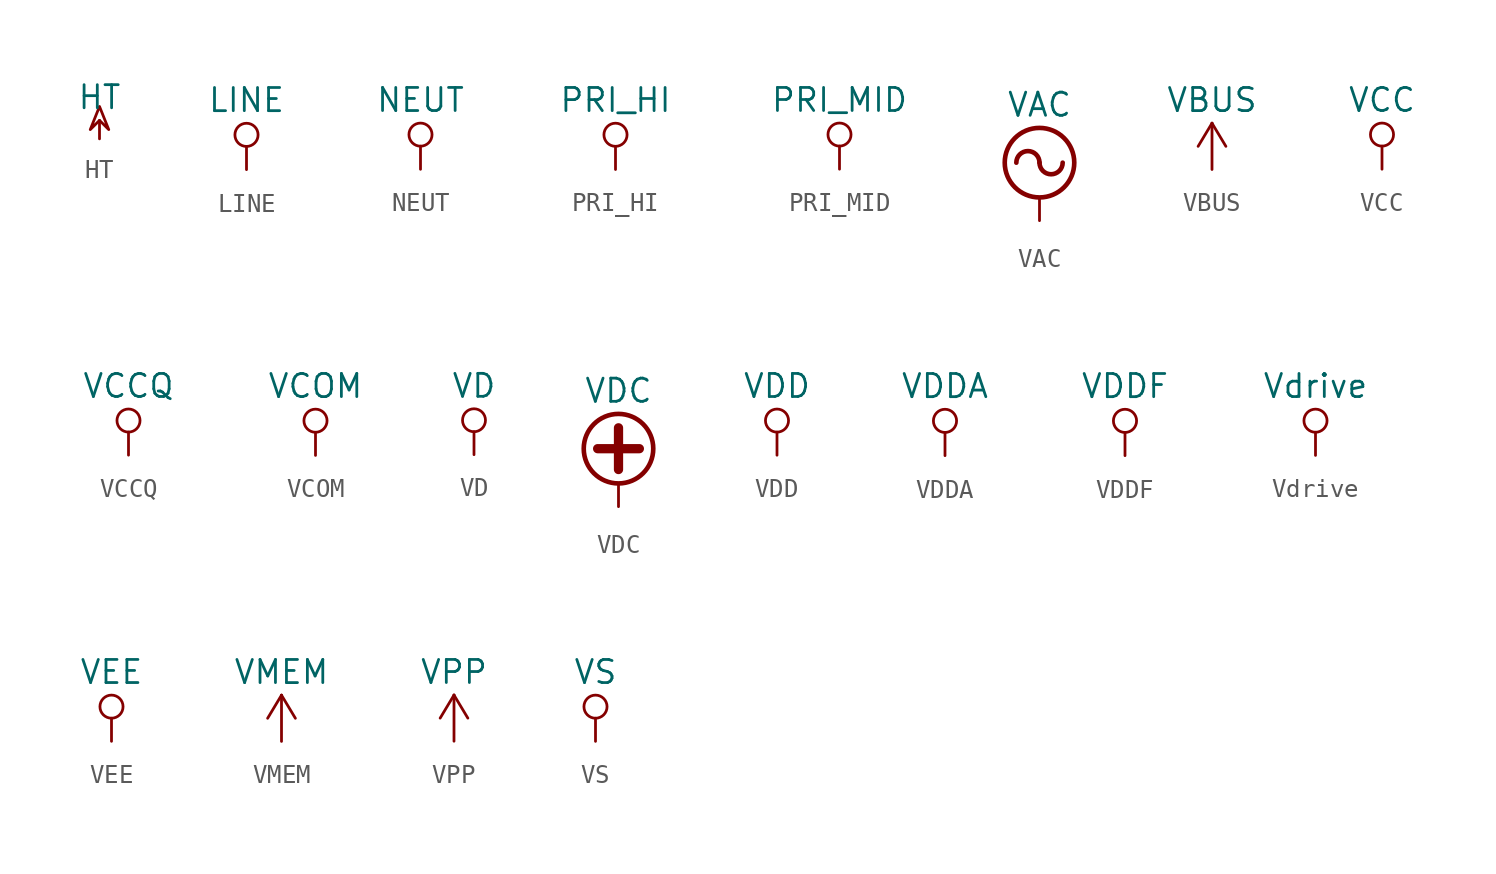
<source format=kicad_sym>
(kicad_symbol_lib
  (version 20201005)
  (generator kicad_symbol_editor)
  (symbol "HT"
    (power)
    (pin_names
      (offset 0))
    (property "Reference" "#PWR"
      (at 0 3.048 0)
      (effects (font (size 1.27 1.27)) hide))
    (property "Value" "HT"
      (at 0 2.286 0)
      (effects (font (size 1.27 1.27))))
    (symbol "HT_0_0"
      (pin power_in line (at 0 0 90) (length 0) hide (name "HT" (effects (font (size 1.27 1.27)))) (number "1" (effects (font (size 1.27 1.27))))))
    (symbol "HT_0_1"
      (polyline (pts (xy 0 0) (xy 0 1.016) (xy 0 1.016)) (stroke (width 0)) (fill (type none)))
      (polyline (pts (xy 0 1.016) (xy 0.508 0.508) (xy 0 1.778) (xy -0.508 0.508) (xy 0 1.016) (xy 0 1.016)) (stroke (width 0)) (fill (type none)))))
  (symbol "LINE"
    (power)
    (pin_names
      (offset 0))
    (property "Reference" "#PWR"
      (at 0 -3.81 0)
      (effects (font (size 1.27 1.27)) hide))
    (property "Value" "LINE"
      (at 0 3.81 0)
      (effects (font (size 1.27 1.27))))
    (symbol "LINE_0_1"
      (circle (center 0 1.905) (radius 0.635) (stroke (width 0)) (fill (type none)))
      (polyline (pts (xy 0 0) (xy 0 1.27)) (stroke (width 0)) (fill (type none))))
    (symbol "LINE_1_1"
      (pin power_in line (at 0 0 90) (length 0) hide (name "LINE" (effects (font (size 1.27 1.27)))) (number "1" (effects (font (size 1.27 1.27)))))))
  (symbol "NEUT"
    (power)
    (pin_names
      (offset 0))
    (property "Reference" "#PWR"
      (at 0 -3.81 0)
      (effects (font (size 1.27 1.27)) hide))
    (property "Value" "NEUT"
      (at 0 3.81 0)
      (effects (font (size 1.27 1.27))))
    (symbol "NEUT_0_1"
      (circle (center 0 1.905) (radius 0.635) (stroke (width 0)) (fill (type none)))
      (polyline (pts (xy 0 0) (xy 0 1.27)) (stroke (width 0)) (fill (type none))))
    (symbol "NEUT_1_1"
      (pin power_in line (at 0 0 90) (length 0) hide (name "NEUT" (effects (font (size 1.27 1.27)))) (number "1" (effects (font (size 1.27 1.27)))))))
  (symbol "PRI_HI"
    (power)
    (pin_names
      (offset 0))
    (property "Reference" "#PWR"
      (at 0 -3.81 0)
      (effects (font (size 1.27 1.27)) hide))
    (property "Value" "PRI_HI"
      (at 0 3.81 0)
      (effects (font (size 1.27 1.27))))
    (symbol "PRI_HI_0_1"
      (circle (center 0 1.905) (radius 0.635) (stroke (width 0)) (fill (type none)))
      (polyline (pts (xy 0 0) (xy 0 1.27)) (stroke (width 0)) (fill (type none))))
    (symbol "PRI_HI_1_1"
      (pin power_in line (at 0 0 90) (length 0) hide (name "PRI_HI" (effects (font (size 1.27 1.27)))) (number "1" (effects (font (size 1.27 1.27)))))))
  (symbol "PRI_MID"
    (power)
    (pin_names
      (offset 0))
    (property "Reference" "#PWR"
      (at 0 -3.81 0)
      (effects (font (size 1.27 1.27)) hide))
    (property "Value" "PRI_MID"
      (at 0 3.81 0)
      (effects (font (size 1.27 1.27))))
    (symbol "PRI_MID_0_1"
      (circle (center 0 1.905) (radius 0.635) (stroke (width 0)) (fill (type none)))
      (polyline (pts (xy 0 0) (xy 0 1.27)) (stroke (width 0)) (fill (type none))))
    (symbol "PRI_MID_1_1"
      (pin power_in line (at 0 0 90) (length 0) hide (name "PRI_MID" (effects (font (size 1.27 1.27)))) (number "1" (effects (font (size 1.27 1.27)))))))
  (symbol "VAC"
    (power)
    (pin_names
      (offset 0))
    (property "Reference" "#PWR"
      (at 0 -2.54 0)
      (effects (font (size 1.27 1.27)) hide))
    (property "Value" "VAC"
      (at 0 6.35 0)
      (effects (font (size 1.27 1.27))))
    (symbol "VAC_0_1"
      (arc (start 0 3.175) (end -1.27 3.175) (radius (at -0.635 3.175) (length 0.635) (angles 0.1 179.9)) (stroke (width 0.254)) (fill (type none)))
      (arc (start 0 3.175) (end 1.27 3.175) (radius (at 0.635 3.175) (length 0.635) (angles -179.9 -0.1)) (stroke (width 0.254)) (fill (type none)))
      (circle (center 0 3.175) (radius 1.905) (stroke (width 0.254)) (fill (type none)))
      (polyline (pts (xy 0 0) (xy 0 1.27)) (stroke (width 0)) (fill (type none))))
    (symbol "VAC_1_1"
      (pin power_in line (at 0 0 90) (length 0) hide (name "VAC" (effects (font (size 1.27 1.27)))) (number "1" (effects (font (size 1.27 1.27)))))))
  (symbol "VBUS"
    (power)
    (pin_names
      (offset 0))
    (property "Reference" "#PWR"
      (at 0 -3.81 0)
      (effects (font (size 1.27 1.27)) hide))
    (property "Value" "VBUS"
      (at 0 3.81 0)
      (effects (font (size 1.27 1.27))))
    (symbol "VBUS_0_1"
      (polyline (pts (xy -0.762 1.27) (xy 0 2.54)) (stroke (width 0)) (fill (type none)))
      (polyline (pts (xy 0 0) (xy 0 2.54)) (stroke (width 0)) (fill (type none)))
      (polyline (pts (xy 0 2.54) (xy 0.762 1.27)) (stroke (width 0)) (fill (type none))))
    (symbol "VBUS_1_1"
      (pin power_in line (at 0 0 90) (length 0) hide (name "VBUS" (effects (font (size 1.27 1.27)))) (number "1" (effects (font (size 1.27 1.27)))))))
  (symbol "VCC"
    (power)
    (pin_names
      (offset 0))
    (property "Reference" "#PWR"
      (at 0 -3.81 0)
      (effects (font (size 1.27 1.27)) hide))
    (property "Value" "VCC"
      (at 0 3.81 0)
      (effects (font (size 1.27 1.27))))
    (symbol "VCC_0_1"
      (circle (center 0 1.905) (radius 0.635) (stroke (width 0)) (fill (type none)))
      (polyline (pts (xy 0 0) (xy 0 1.27)) (stroke (width 0)) (fill (type none))))
    (symbol "VCC_1_1"
      (pin power_in line (at 0 0 90) (length 0) hide (name "VCC" (effects (font (size 1.27 1.27)))) (number "1" (effects (font (size 1.27 1.27)))))))
  (symbol "VCCQ"
    (power)
    (pin_names
      (offset 0))
    (property "Reference" "#PWR"
      (at 0 -3.81 0)
      (effects (font (size 1.27 1.27)) hide))
    (property "Value" "VCCQ"
      (at 0 3.81 0)
      (effects (font (size 1.27 1.27))))
    (symbol "VCCQ_0_1"
      (circle (center 0 1.905) (radius 0.635) (stroke (width 0)) (fill (type none)))
      (polyline (pts (xy 0 0) (xy 0 1.27)) (stroke (width 0)) (fill (type none))))
    (symbol "VCCQ_1_1"
      (pin power_in line (at 0 0 90) (length 0) hide (name "VCCQ" (effects (font (size 1.27 1.27)))) (number "1" (effects (font (size 1.27 1.27)))))))
  (symbol "VCOM"
    (power)
    (pin_names
      (offset 0))
    (property "Reference" "#PWR"
      (at 0 -3.81 0)
      (effects (font (size 1.27 1.27)) hide))
    (property "Value" "VCOM"
      (at 0 3.81 0)
      (effects (font (size 1.27 1.27))))
    (symbol "VCOM_0_1"
      (circle (center 0 1.905) (radius 0.635) (stroke (width 0)) (fill (type none)))
      (polyline (pts (xy 0 0) (xy 0 1.27)) (stroke (width 0)) (fill (type none))))
    (symbol "VCOM_1_1"
      (pin power_in line (at 0 0 90) (length 0) hide (name "VCOM" (effects (font (size 1.27 1.27)))) (number "1" (effects (font (size 1.27 1.27)))))))
  (symbol "VD"
    (power)
    (pin_names
      (offset 0))
    (property "Reference" "#PWR"
      (at 0 -3.81 0)
      (effects (font (size 1.27 1.27)) hide))
    (property "Value" "VD"
      (at 0 3.81 0)
      (effects (font (size 1.27 1.27))))
    (symbol "VD_0_1"
      (circle (center 0 1.905) (radius 0.635) (stroke (width 0)) (fill (type none)))
      (polyline (pts (xy 0 0) (xy 0 1.27)) (stroke (width 0)) (fill (type none))))
    (symbol "VD_1_1"
      (pin power_in line (at 0 0 90) (length 0) hide (name "VD" (effects (font (size 1.27 1.27)))) (number "1" (effects (font (size 1.27 1.27)))))))
  (symbol "VDC"
    (power)
    (pin_names
      (offset 0))
    (property "Reference" "#PWR"
      (at 0 -2.54 0)
      (effects (font (size 1.27 1.27)) hide))
    (property "Value" "VDC"
      (at 0 6.35 0)
      (effects (font (size 1.27 1.27))))
    (symbol "VDC_0_1"
      (circle (center 0 3.175) (radius 1.905) (stroke (width 0.254)) (fill (type none)))
      (polyline (pts (xy -1.143 3.175) (xy 1.143 3.175)) (stroke (width 0.508)) (fill (type none)))
      (polyline (pts (xy 0 0) (xy 0 1.27)) (stroke (width 0)) (fill (type none)))
      (polyline (pts (xy 0 2.032) (xy 0 4.318)) (stroke (width 0.508)) (fill (type none))))
    (symbol "VDC_1_1"
      (pin power_in line (at 0 0 90) (length 0) hide (name "VDC" (effects (font (size 1.27 1.27)))) (number "1" (effects (font (size 1.27 1.27)))))))
  (symbol "VDD"
    (power)
    (pin_names
      (offset 0))
    (property "Reference" "#PWR"
      (at 0 -3.81 0)
      (effects (font (size 1.27 1.27)) hide))
    (property "Value" "VDD"
      (at 0 3.81 0)
      (effects (font (size 1.27 1.27))))
    (symbol "VDD_0_1"
      (circle (center 0 1.905) (radius 0.635) (stroke (width 0)) (fill (type none)))
      (polyline (pts (xy 0 0) (xy 0 1.27)) (stroke (width 0)) (fill (type none))))
    (symbol "VDD_1_1"
      (pin power_in line (at 0 0 90) (length 0) hide (name "VDD" (effects (font (size 1.27 1.27)))) (number "1" (effects (font (size 1.27 1.27)))))))
  (symbol "VDDA"
    (power)
    (pin_names
      (offset 0))
    (property "Reference" "#PWR"
      (at 0 -3.81 0)
      (effects (font (size 1.27 1.27)) hide))
    (property "Value" "VDDA"
      (at 0 3.81 0)
      (effects (font (size 1.27 1.27))))
    (symbol "VDDA_0_1"
      (circle (center 0 1.905) (radius 0.635) (stroke (width 0)) (fill (type none)))
      (polyline (pts (xy 0 0) (xy 0 1.27)) (stroke (width 0)) (fill (type none))))
    (symbol "VDDA_1_1"
      (pin power_in line (at 0 0 90) (length 0) hide (name "VDDA" (effects (font (size 1.27 1.27)))) (number "1" (effects (font (size 1.27 1.27)))))))
  (symbol "VDDF"
    (power)
    (pin_names
      (offset 0))
    (property "Reference" "#PWR"
      (at 0 -3.81 0)
      (effects (font (size 1.27 1.27)) hide))
    (property "Value" "VDDF"
      (at 0 3.81 0)
      (effects (font (size 1.27 1.27))))
    (symbol "VDDF_0_1"
      (circle (center 0 1.905) (radius 0.635) (stroke (width 0)) (fill (type none)))
      (polyline (pts (xy 0 0) (xy 0 1.27)) (stroke (width 0)) (fill (type none))))
    (symbol "VDDF_1_1"
      (pin power_in line (at 0 0 90) (length 0) hide (name "VDDF" (effects (font (size 1.27 1.27)))) (number "1" (effects (font (size 1.27 1.27)))))))
  (symbol "Vdrive"
    (power)
    (pin_names
      (offset 0))
    (property "Reference" "#PWR"
      (at -5.08 -3.81 0)
      (effects (font (size 1.27 1.27)) hide))
    (property "Value" "Vdrive"
      (at 0 3.81 0)
      (effects (font (size 1.27 1.27))))
    (symbol "Vdrive_0_1"
      (circle (center 0 1.905) (radius 0.635) (stroke (width 0)) (fill (type none)))
      (polyline (pts (xy 0 0) (xy 0 1.27)) (stroke (width 0)) (fill (type none))))
    (symbol "Vdrive_1_1"
      (pin power_in line (at 0 0 90) (length 0) hide (name "Vdrive" (effects (font (size 1.27 1.27)))) (number "1" (effects (font (size 1.27 1.27)))))))
  (symbol "VEE"
    (power)
    (pin_names
      (offset 0))
    (property "Reference" "#PWR"
      (at 0 -3.81 0)
      (effects (font (size 1.27 1.27)) hide))
    (property "Value" "VEE"
      (at 0 3.81 0)
      (effects (font (size 1.27 1.27))))
    (symbol "VEE_0_1"
      (circle (center 0 1.905) (radius 0.635) (stroke (width 0)) (fill (type none)))
      (polyline (pts (xy 0 0) (xy 0 1.27)) (stroke (width 0)) (fill (type none))))
    (symbol "VEE_1_1"
      (pin power_in line (at 0 0 90) (length 0) hide (name "VEE" (effects (font (size 1.27 1.27)))) (number "1" (effects (font (size 1.27 1.27)))))))
  (symbol "VMEM"
    (power)
    (pin_names
      (offset 0))
    (property "Reference" "#PWR"
      (at 0 -3.81 0)
      (effects (font (size 1.27 1.27)) hide))
    (property "Value" "VMEM"
      (at 0 3.81 0)
      (effects (font (size 1.27 1.27))))
    (symbol "VMEM_0_1"
      (polyline (pts (xy -0.762 1.27) (xy 0 2.54)) (stroke (width 0)) (fill (type none)))
      (polyline (pts (xy 0 0) (xy 0 2.54)) (stroke (width 0)) (fill (type none)))
      (polyline (pts (xy 0 2.54) (xy 0.762 1.27)) (stroke (width 0)) (fill (type none))))
    (symbol "VMEM_1_1"
      (pin power_in line (at 0 0 90) (length 0) hide (name "VMEM" (effects (font (size 1.27 1.27)))) (number "1" (effects (font (size 1.27 1.27)))))))
  (symbol "VPP"
    (power)
    (pin_names
      (offset 0))
    (property "Reference" "#PWR"
      (at 0 -3.81 0)
      (effects (font (size 1.27 1.27)) hide))
    (property "Value" "VPP"
      (at 0 3.81 0)
      (effects (font (size 1.27 1.27))))
    (symbol "VPP_0_1"
      (polyline (pts (xy -0.762 1.27) (xy 0 2.54)) (stroke (width 0)) (fill (type none)))
      (polyline (pts (xy 0 0) (xy 0 2.54)) (stroke (width 0)) (fill (type none)))
      (polyline (pts (xy 0 2.54) (xy 0.762 1.27)) (stroke (width 0)) (fill (type none))))
    (symbol "VPP_1_1"
      (pin power_in line (at 0 0 90) (length 0) hide (name "VPP" (effects (font (size 1.27 1.27)))) (number "1" (effects (font (size 1.27 1.27)))))))
  (symbol "VS"
    (power)
    (pin_names
      (offset 0))
    (property "Reference" "#PWR"
      (at -5.08 -3.81 0)
      (effects (font (size 1.27 1.27)) hide))
    (property "Value" "VS"
      (at 0 3.81 0)
      (effects (font (size 1.27 1.27))))
    (symbol "VS_0_1"
      (circle (center 0 1.905) (radius 0.635) (stroke (width 0)) (fill (type none)))
      (polyline (pts (xy 0 0) (xy 0 1.27)) (stroke (width 0)) (fill (type none))))
    (symbol "VS_1_1"
      (pin power_in line (at 0 0 90) (length 0) hide (name "VS" (effects (font (size 1.27 1.27)))) (number "1" (effects (font (size 1.27 1.27))))))))
</source>
